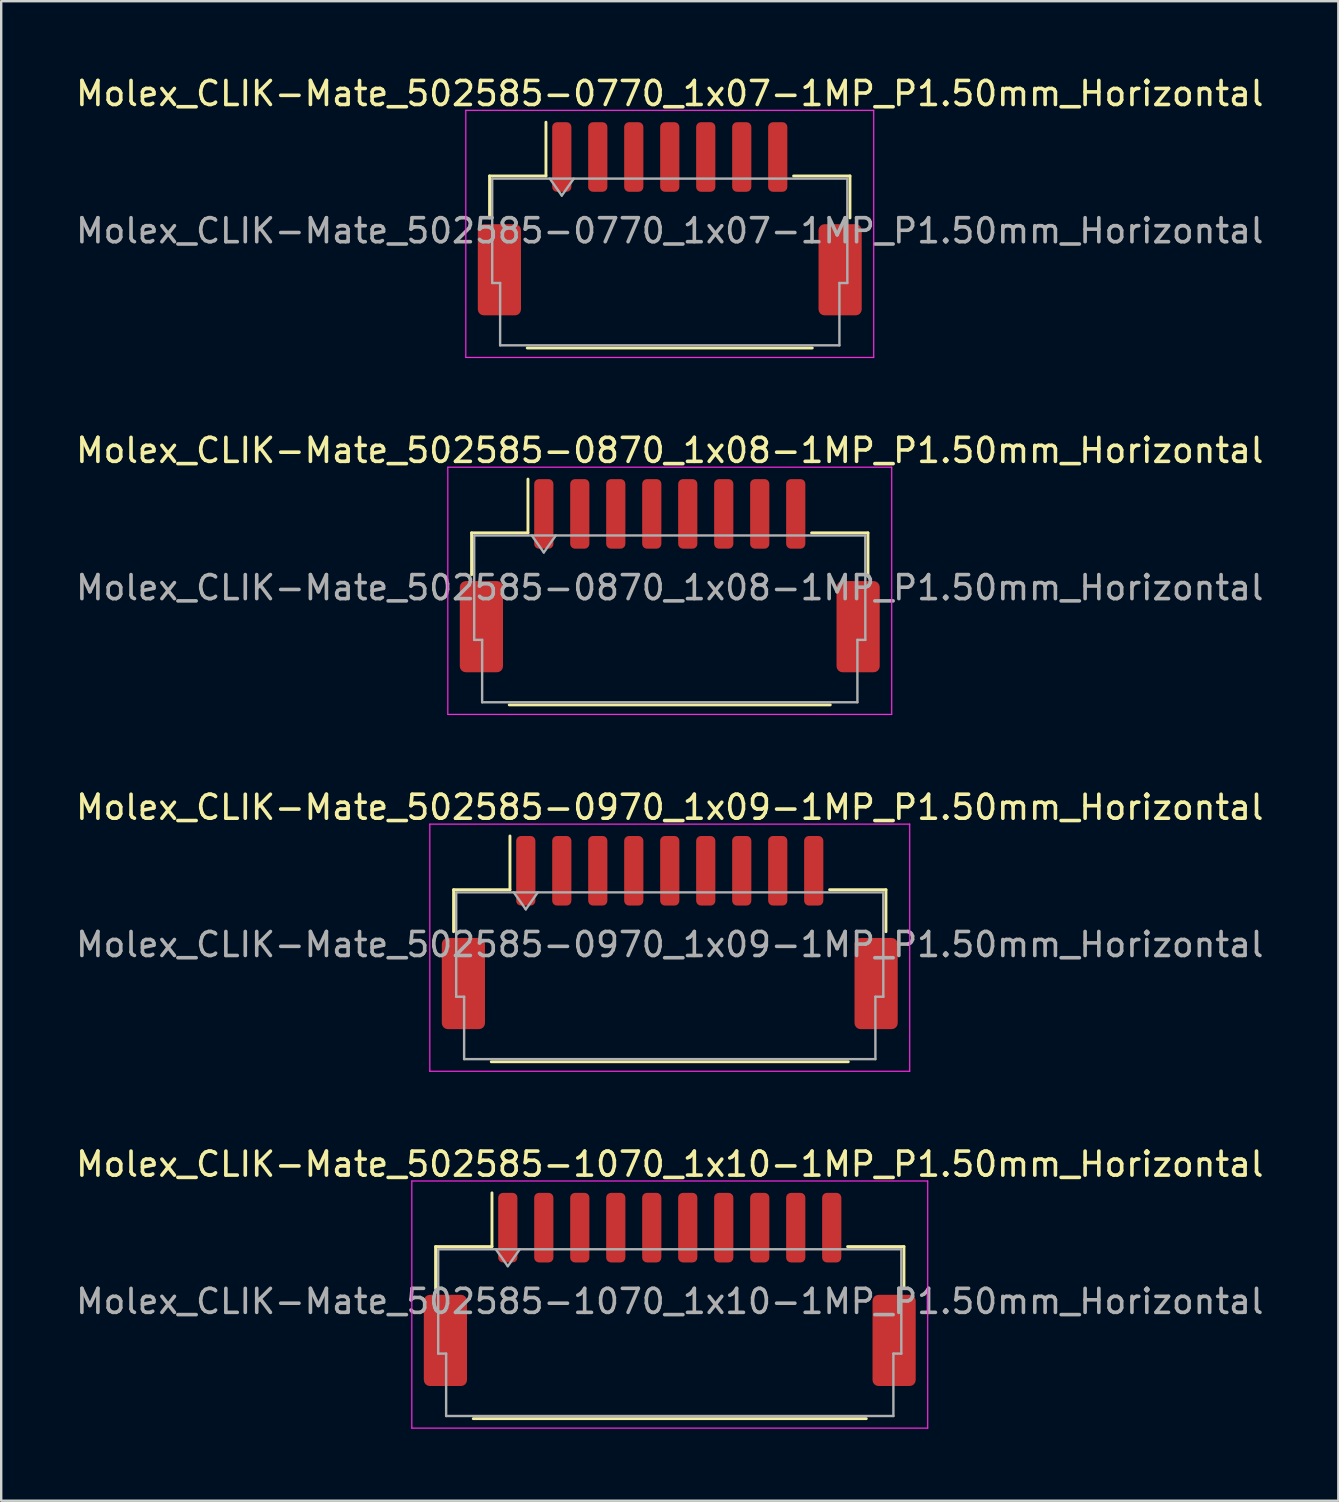
<source format=kicad_pcb>
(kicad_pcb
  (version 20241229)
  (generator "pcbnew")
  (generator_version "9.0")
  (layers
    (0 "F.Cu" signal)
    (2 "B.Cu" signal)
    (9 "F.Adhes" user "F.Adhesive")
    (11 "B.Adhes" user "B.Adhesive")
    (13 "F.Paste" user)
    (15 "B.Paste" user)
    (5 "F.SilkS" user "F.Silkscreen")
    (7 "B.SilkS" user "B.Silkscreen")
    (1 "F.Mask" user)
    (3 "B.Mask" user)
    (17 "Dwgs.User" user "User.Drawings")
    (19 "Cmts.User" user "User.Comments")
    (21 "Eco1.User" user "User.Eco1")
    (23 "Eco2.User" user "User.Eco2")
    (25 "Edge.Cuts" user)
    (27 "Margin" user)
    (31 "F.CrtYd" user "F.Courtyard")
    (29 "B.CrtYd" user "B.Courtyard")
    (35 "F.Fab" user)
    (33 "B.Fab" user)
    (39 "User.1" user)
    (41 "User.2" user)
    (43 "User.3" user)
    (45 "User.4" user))
  (footprint "Molex_CLIK-Mate_502585-0770_1x07-1MP_P1.50mm_Horizontal"
    (layer "F.Cu")
    (at 24.863 6.068)
    (property "Reference" "Molex_CLIK-Mate_502585-0770_1x07-1MP_P1.50mm_Horizontal" (at 0 -5.22 0) (layer "F.SilkS") (effects (font (size 1 1) (thickness 0.15))))
    (attr smd)
    (fp_line (start -7.51 -1.785) (end -5.16 -1.785) (stroke (width 0.12) (type solid)) (layer "F.SilkS"))
    (fp_line (start -7.51 -0.035) (end -7.51 -1.785) (stroke (width 0.12) (type solid)) (layer "F.SilkS"))
    (fp_line (start -5.94 5.385) (end 5.94 5.385) (stroke (width 0.12) (type solid)) (layer "F.SilkS"))
    (fp_line (start -5.16 -1.785) (end -5.16 -4.025) (stroke (width 0.12) (type solid)) (layer "F.SilkS"))
    (fp_line (start 7.51 -1.785) (end 5.16 -1.785) (stroke (width 0.12) (type solid)) (layer "F.SilkS"))
    (fp_line (start 7.51 -0.035) (end 7.51 -1.785) (stroke (width 0.12) (type solid)) (layer "F.SilkS"))
    (fp_line (start -8.5 -4.52) (end -8.5 5.78) (stroke (width 0.05) (type solid)) (layer "F.CrtYd"))
    (fp_line (start -8.5 5.78) (end 8.5 5.78) (stroke (width 0.05) (type solid)) (layer "F.CrtYd"))
    (fp_line (start 8.5 -4.52) (end -8.5 -4.52) (stroke (width 0.05) (type solid)) (layer "F.CrtYd"))
    (fp_line (start 8.5 5.78) (end 8.5 -4.52) (stroke (width 0.05) (type solid)) (layer "F.CrtYd"))
    (fp_line (start -7.4 -1.675) (end -7.4 2.675) (stroke (width 0.1) (type solid)) (layer "F.Fab"))
    (fp_line (start -7.4 -1.675) (end 7.4 -1.675) (stroke (width 0.1) (type solid)) (layer "F.Fab"))
    (fp_line (start -7.4 2.675) (end -7.07 2.675) (stroke (width 0.1) (type solid)) (layer "F.Fab"))
    (fp_line (start -7.07 2.675) (end -7.07 5.275) (stroke (width 0.1) (type solid)) (layer "F.Fab"))
    (fp_line (start -7.07 5.275) (end 7.07 5.275) (stroke (width 0.1) (type solid)) (layer "F.Fab"))
    (fp_line (start -5 -1.675) (end -4.5 -0.968) (stroke (width 0.1) (type solid)) (layer "F.Fab"))
    (fp_line (start -4.5 -0.968) (end -4 -1.675) (stroke (width 0.1) (type solid)) (layer "F.Fab"))
    (fp_line (start 7.07 2.675) (end 7.4 2.675) (stroke (width 0.1) (type solid)) (layer "F.Fab"))
    (fp_line (start 7.07 5.275) (end 7.07 2.675) (stroke (width 0.1) (type solid)) (layer "F.Fab"))
    (fp_line (start 7.4 -1.675) (end 7.4 2.675) (stroke (width 0.1) (type solid)) (layer "F.Fab"))
    (fp_text user "${REFERENCE}" (at 0 0.5 0) (layer "F.Fab") (effects (font (size 1 1) (thickness 0.15))))
    (pad "1" smd roundrect (at -4.5 -2.575) (size 0.8 2.9) (layers "F.Cu" "F.Mask" "F.Paste") (roundrect_rratio 0.25))
    (pad "2" smd roundrect (at -3 -2.575) (size 0.8 2.9) (layers "F.Cu" "F.Mask" "F.Paste") (roundrect_rratio 0.25))
    (pad "3" smd roundrect (at -1.5 -2.575) (size 0.8 2.9) (layers "F.Cu" "F.Mask" "F.Paste") (roundrect_rratio 0.25))
    (pad "4" smd roundrect (at 0 -2.575) (size 0.8 2.9) (layers "F.Cu" "F.Mask" "F.Paste") (roundrect_rratio 0.25))
    (pad "5" smd roundrect (at 1.5 -2.575) (size 0.8 2.9) (layers "F.Cu" "F.Mask" "F.Paste") (roundrect_rratio 0.25))
    (pad "6" smd roundrect (at 3 -2.575) (size 0.8 2.9) (layers "F.Cu" "F.Mask" "F.Paste") (roundrect_rratio 0.25))
    (pad "7" smd roundrect (at 4.5 -2.575) (size 0.8 2.9) (layers "F.Cu" "F.Mask" "F.Paste") (roundrect_rratio 0.25))
    (pad "MP" smd roundrect (at -7.1 2.125) (size 1.8 3.8) (layers "F.Cu" "F.Mask" "F.Paste") (roundrect_rratio 0.139))
    (pad "MP" smd roundrect (at 7.1 2.125) (size 1.8 3.8) (layers "F.Cu" "F.Mask" "F.Paste") (roundrect_rratio 0.139)))
  (footprint "Molex_CLIK-Mate_502585-0970_1x09-1MP_P1.50mm_Horizontal"
    (layer "F.Cu")
    (at 24.863 35.815)
    (property "Reference" "Molex_CLIK-Mate_502585-0970_1x09-1MP_P1.50mm_Horizontal" (at 0 -5.22 0) (layer "F.SilkS") (effects (font (size 1 1) (thickness 0.15))))
    (attr smd)
    (fp_line (start -9.01 -1.785) (end -6.66 -1.785) (stroke (width 0.12) (type solid)) (layer "F.SilkS"))
    (fp_line (start -9.01 -0.035) (end -9.01 -1.785) (stroke (width 0.12) (type solid)) (layer "F.SilkS"))
    (fp_line (start -7.44 5.385) (end 7.44 5.385) (stroke (width 0.12) (type solid)) (layer "F.SilkS"))
    (fp_line (start -6.66 -1.785) (end -6.66 -4.025) (stroke (width 0.12) (type solid)) (layer "F.SilkS"))
    (fp_line (start 9.01 -1.785) (end 6.66 -1.785) (stroke (width 0.12) (type solid)) (layer "F.SilkS"))
    (fp_line (start 9.01 -0.035) (end 9.01 -1.785) (stroke (width 0.12) (type solid)) (layer "F.SilkS"))
    (fp_line (start -10 -4.52) (end -10 5.78) (stroke (width 0.05) (type solid)) (layer "F.CrtYd"))
    (fp_line (start -10 5.78) (end 10 5.78) (stroke (width 0.05) (type solid)) (layer "F.CrtYd"))
    (fp_line (start 10 -4.52) (end -10 -4.52) (stroke (width 0.05) (type solid)) (layer "F.CrtYd"))
    (fp_line (start 10 5.78) (end 10 -4.52) (stroke (width 0.05) (type solid)) (layer "F.CrtYd"))
    (fp_line (start -8.9 -1.675) (end -8.9 2.675) (stroke (width 0.1) (type solid)) (layer "F.Fab"))
    (fp_line (start -8.9 -1.675) (end 8.9 -1.675) (stroke (width 0.1) (type solid)) (layer "F.Fab"))
    (fp_line (start -8.9 2.675) (end -8.57 2.675) (stroke (width 0.1) (type solid)) (layer "F.Fab"))
    (fp_line (start -8.57 2.675) (end -8.57 5.275) (stroke (width 0.1) (type solid)) (layer "F.Fab"))
    (fp_line (start -8.57 5.275) (end 8.57 5.275) (stroke (width 0.1) (type solid)) (layer "F.Fab"))
    (fp_line (start -6.5 -1.675) (end -6 -0.968) (stroke (width 0.1) (type solid)) (layer "F.Fab"))
    (fp_line (start -6 -0.968) (end -5.5 -1.675) (stroke (width 0.1) (type solid)) (layer "F.Fab"))
    (fp_line (start 8.57 2.675) (end 8.9 2.675) (stroke (width 0.1) (type solid)) (layer "F.Fab"))
    (fp_line (start 8.57 5.275) (end 8.57 2.675) (stroke (width 0.1) (type solid)) (layer "F.Fab"))
    (fp_line (start 8.9 -1.675) (end 8.9 2.675) (stroke (width 0.1) (type solid)) (layer "F.Fab"))
    (fp_text user "${REFERENCE}" (at 0 0.5 0) (layer "F.Fab") (effects (font (size 1 1) (thickness 0.15))))
    (pad "1" smd roundrect (at -6 -2.575) (size 0.8 2.9) (layers "F.Cu" "F.Mask" "F.Paste") (roundrect_rratio 0.25))
    (pad "2" smd roundrect (at -4.5 -2.575) (size 0.8 2.9) (layers "F.Cu" "F.Mask" "F.Paste") (roundrect_rratio 0.25))
    (pad "3" smd roundrect (at -3 -2.575) (size 0.8 2.9) (layers "F.Cu" "F.Mask" "F.Paste") (roundrect_rratio 0.25))
    (pad "4" smd roundrect (at -1.5 -2.575) (size 0.8 2.9) (layers "F.Cu" "F.Mask" "F.Paste") (roundrect_rratio 0.25))
    (pad "5" smd roundrect (at 0 -2.575) (size 0.8 2.9) (layers "F.Cu" "F.Mask" "F.Paste") (roundrect_rratio 0.25))
    (pad "6" smd roundrect (at 1.5 -2.575) (size 0.8 2.9) (layers "F.Cu" "F.Mask" "F.Paste") (roundrect_rratio 0.25))
    (pad "7" smd roundrect (at 3 -2.575) (size 0.8 2.9) (layers "F.Cu" "F.Mask" "F.Paste") (roundrect_rratio 0.25))
    (pad "8" smd roundrect (at 4.5 -2.575) (size 0.8 2.9) (layers "F.Cu" "F.Mask" "F.Paste") (roundrect_rratio 0.25))
    (pad "9" smd roundrect (at 6 -2.575) (size 0.8 2.9) (layers "F.Cu" "F.Mask" "F.Paste") (roundrect_rratio 0.25))
    (pad "MP" smd roundrect (at -8.6 2.125) (size 1.8 3.8) (layers "F.Cu" "F.Mask" "F.Paste") (roundrect_rratio 0.139))
    (pad "MP" smd roundrect (at 8.6 2.125) (size 1.8 3.8) (layers "F.Cu" "F.Mask" "F.Paste") (roundrect_rratio 0.139)))
  (footprint "Molex_CLIK-Mate_502585-1070_1x10-1MP_P1.50mm_Horizontal"
    (layer "F.Cu")
    (at 24.863 50.688)
    (property "Reference" "Molex_CLIK-Mate_502585-1070_1x10-1MP_P1.50mm_Horizontal" (at 0 -5.22 0) (layer "F.SilkS") (effects (font (size 1 1) (thickness 0.15))))
    (attr smd)
    (fp_line (start -9.76 -1.785) (end -7.41 -1.785) (stroke (width 0.12) (type solid)) (layer "F.SilkS"))
    (fp_line (start -9.76 -0.035) (end -9.76 -1.785) (stroke (width 0.12) (type solid)) (layer "F.SilkS"))
    (fp_line (start -8.19 5.385) (end 8.19 5.385) (stroke (width 0.12) (type solid)) (layer "F.SilkS"))
    (fp_line (start -7.41 -1.785) (end -7.41 -4.025) (stroke (width 0.12) (type solid)) (layer "F.SilkS"))
    (fp_line (start 9.76 -1.785) (end 7.41 -1.785) (stroke (width 0.12) (type solid)) (layer "F.SilkS"))
    (fp_line (start 9.76 -0.035) (end 9.76 -1.785) (stroke (width 0.12) (type solid)) (layer "F.SilkS"))
    (fp_line (start -10.75 -4.52) (end -10.75 5.78) (stroke (width 0.05) (type solid)) (layer "F.CrtYd"))
    (fp_line (start -10.75 5.78) (end 10.75 5.78) (stroke (width 0.05) (type solid)) (layer "F.CrtYd"))
    (fp_line (start 10.75 -4.52) (end -10.75 -4.52) (stroke (width 0.05) (type solid)) (layer "F.CrtYd"))
    (fp_line (start 10.75 5.78) (end 10.75 -4.52) (stroke (width 0.05) (type solid)) (layer "F.CrtYd"))
    (fp_line (start -9.65 -1.675) (end -9.65 2.675) (stroke (width 0.1) (type solid)) (layer "F.Fab"))
    (fp_line (start -9.65 -1.675) (end 9.65 -1.675) (stroke (width 0.1) (type solid)) (layer "F.Fab"))
    (fp_line (start -9.65 2.675) (end -9.32 2.675) (stroke (width 0.1) (type solid)) (layer "F.Fab"))
    (fp_line (start -9.32 2.675) (end -9.32 5.275) (stroke (width 0.1) (type solid)) (layer "F.Fab"))
    (fp_line (start -9.32 5.275) (end 9.32 5.275) (stroke (width 0.1) (type solid)) (layer "F.Fab"))
    (fp_line (start -7.25 -1.675) (end -6.75 -0.968) (stroke (width 0.1) (type solid)) (layer "F.Fab"))
    (fp_line (start -6.75 -0.968) (end -6.25 -1.675) (stroke (width 0.1) (type solid)) (layer "F.Fab"))
    (fp_line (start 9.32 2.675) (end 9.65 2.675) (stroke (width 0.1) (type solid)) (layer "F.Fab"))
    (fp_line (start 9.32 5.275) (end 9.32 2.675) (stroke (width 0.1) (type solid)) (layer "F.Fab"))
    (fp_line (start 9.65 -1.675) (end 9.65 2.675) (stroke (width 0.1) (type solid)) (layer "F.Fab"))
    (fp_text user "${REFERENCE}" (at 0 0.5 0) (layer "F.Fab") (effects (font (size 1 1) (thickness 0.15))))
    (pad "1" smd roundrect (at -6.75 -2.575) (size 0.8 2.9) (layers "F.Cu" "F.Mask" "F.Paste") (roundrect_rratio 0.25))
    (pad "2" smd roundrect (at -5.25 -2.575) (size 0.8 2.9) (layers "F.Cu" "F.Mask" "F.Paste") (roundrect_rratio 0.25))
    (pad "3" smd roundrect (at -3.75 -2.575) (size 0.8 2.9) (layers "F.Cu" "F.Mask" "F.Paste") (roundrect_rratio 0.25))
    (pad "4" smd roundrect (at -2.25 -2.575) (size 0.8 2.9) (layers "F.Cu" "F.Mask" "F.Paste") (roundrect_rratio 0.25))
    (pad "5" smd roundrect (at -0.75 -2.575) (size 0.8 2.9) (layers "F.Cu" "F.Mask" "F.Paste") (roundrect_rratio 0.25))
    (pad "6" smd roundrect (at 0.75 -2.575) (size 0.8 2.9) (layers "F.Cu" "F.Mask" "F.Paste") (roundrect_rratio 0.25))
    (pad "7" smd roundrect (at 2.25 -2.575) (size 0.8 2.9) (layers "F.Cu" "F.Mask" "F.Paste") (roundrect_rratio 0.25))
    (pad "8" smd roundrect (at 3.75 -2.575) (size 0.8 2.9) (layers "F.Cu" "F.Mask" "F.Paste") (roundrect_rratio 0.25))
    (pad "9" smd roundrect (at 5.25 -2.575) (size 0.8 2.9) (layers "F.Cu" "F.Mask" "F.Paste") (roundrect_rratio 0.25))
    (pad "10" smd roundrect (at 6.75 -2.575) (size 0.8 2.9) (layers "F.Cu" "F.Mask" "F.Paste") (roundrect_rratio 0.25))
    (pad "MP" smd roundrect (at -9.35 2.125) (size 1.8 3.8) (layers "F.Cu" "F.Mask" "F.Paste") (roundrect_rratio 0.139))
    (pad "MP" smd roundrect (at 9.35 2.125) (size 1.8 3.8) (layers "F.Cu" "F.Mask" "F.Paste") (roundrect_rratio 0.139)))
  (footprint "Molex_CLIK-Mate_502585-0870_1x08-1MP_P1.50mm_Horizontal"
    (layer "F.Cu")
    (at 24.863 20.942)
    (property "Reference" "Molex_CLIK-Mate_502585-0870_1x08-1MP_P1.50mm_Horizontal" (at 0 -5.22 0) (layer "F.SilkS") (effects (font (size 1 1) (thickness 0.15))))
    (attr smd)
    (fp_line (start -8.26 -1.785) (end -5.91 -1.785) (stroke (width 0.12) (type solid)) (layer "F.SilkS"))
    (fp_line (start -8.26 -0.035) (end -8.26 -1.785) (stroke (width 0.12) (type solid)) (layer "F.SilkS"))
    (fp_line (start -6.69 5.385) (end 6.69 5.385) (stroke (width 0.12) (type solid)) (layer "F.SilkS"))
    (fp_line (start -5.91 -1.785) (end -5.91 -4.025) (stroke (width 0.12) (type solid)) (layer "F.SilkS"))
    (fp_line (start 8.26 -1.785) (end 5.91 -1.785) (stroke (width 0.12) (type solid)) (layer "F.SilkS"))
    (fp_line (start 8.26 -0.035) (end 8.26 -1.785) (stroke (width 0.12) (type solid)) (layer "F.SilkS"))
    (fp_line (start -9.25 -4.52) (end -9.25 5.78) (stroke (width 0.05) (type solid)) (layer "F.CrtYd"))
    (fp_line (start -9.25 5.78) (end 9.25 5.78) (stroke (width 0.05) (type solid)) (layer "F.CrtYd"))
    (fp_line (start 9.25 -4.52) (end -9.25 -4.52) (stroke (width 0.05) (type solid)) (layer "F.CrtYd"))
    (fp_line (start 9.25 5.78) (end 9.25 -4.52) (stroke (width 0.05) (type solid)) (layer "F.CrtYd"))
    (fp_line (start -8.15 -1.675) (end -8.15 2.675) (stroke (width 0.1) (type solid)) (layer "F.Fab"))
    (fp_line (start -8.15 -1.675) (end 8.15 -1.675) (stroke (width 0.1) (type solid)) (layer "F.Fab"))
    (fp_line (start -8.15 2.675) (end -7.82 2.675) (stroke (width 0.1) (type solid)) (layer "F.Fab"))
    (fp_line (start -7.82 2.675) (end -7.82 5.275) (stroke (width 0.1) (type solid)) (layer "F.Fab"))
    (fp_line (start -7.82 5.275) (end 7.82 5.275) (stroke (width 0.1) (type solid)) (layer "F.Fab"))
    (fp_line (start -5.75 -1.675) (end -5.25 -0.968) (stroke (width 0.1) (type solid)) (layer "F.Fab"))
    (fp_line (start -5.25 -0.968) (end -4.75 -1.675) (stroke (width 0.1) (type solid)) (layer "F.Fab"))
    (fp_line (start 7.82 2.675) (end 8.15 2.675) (stroke (width 0.1) (type solid)) (layer "F.Fab"))
    (fp_line (start 7.82 5.275) (end 7.82 2.675) (stroke (width 0.1) (type solid)) (layer "F.Fab"))
    (fp_line (start 8.15 -1.675) (end 8.15 2.675) (stroke (width 0.1) (type solid)) (layer "F.Fab"))
    (fp_text user "${REFERENCE}" (at 0 0.5 0) (layer "F.Fab") (effects (font (size 1 1) (thickness 0.15))))
    (pad "1" smd roundrect (at -5.25 -2.575) (size 0.8 2.9) (layers "F.Cu" "F.Mask" "F.Paste") (roundrect_rratio 0.25))
    (pad "2" smd roundrect (at -3.75 -2.575) (size 0.8 2.9) (layers "F.Cu" "F.Mask" "F.Paste") (roundrect_rratio 0.25))
    (pad "3" smd roundrect (at -2.25 -2.575) (size 0.8 2.9) (layers "F.Cu" "F.Mask" "F.Paste") (roundrect_rratio 0.25))
    (pad "4" smd roundrect (at -0.75 -2.575) (size 0.8 2.9) (layers "F.Cu" "F.Mask" "F.Paste") (roundrect_rratio 0.25))
    (pad "5" smd roundrect (at 0.75 -2.575) (size 0.8 2.9) (layers "F.Cu" "F.Mask" "F.Paste") (roundrect_rratio 0.25))
    (pad "6" smd roundrect (at 2.25 -2.575) (size 0.8 2.9) (layers "F.Cu" "F.Mask" "F.Paste") (roundrect_rratio 0.25))
    (pad "7" smd roundrect (at 3.75 -2.575) (size 0.8 2.9) (layers "F.Cu" "F.Mask" "F.Paste") (roundrect_rratio 0.25))
    (pad "8" smd roundrect (at 5.25 -2.575) (size 0.8 2.9) (layers "F.Cu" "F.Mask" "F.Paste") (roundrect_rratio 0.25))
    (pad "MP" smd roundrect (at -7.85 2.125) (size 1.8 3.8) (layers "F.Cu" "F.Mask" "F.Paste") (roundrect_rratio 0.139))
    (pad "MP" smd roundrect (at 7.85 2.125) (size 1.8 3.8) (layers "F.Cu" "F.Mask" "F.Paste") (roundrect_rratio 0.139)))
  (gr_rect
    (start -3 -3)
    (end 52.726 59.493)
    (stroke (width 0.1) (type default))
    (fill no)
    (layer "Edge.Cuts")))
</source>
